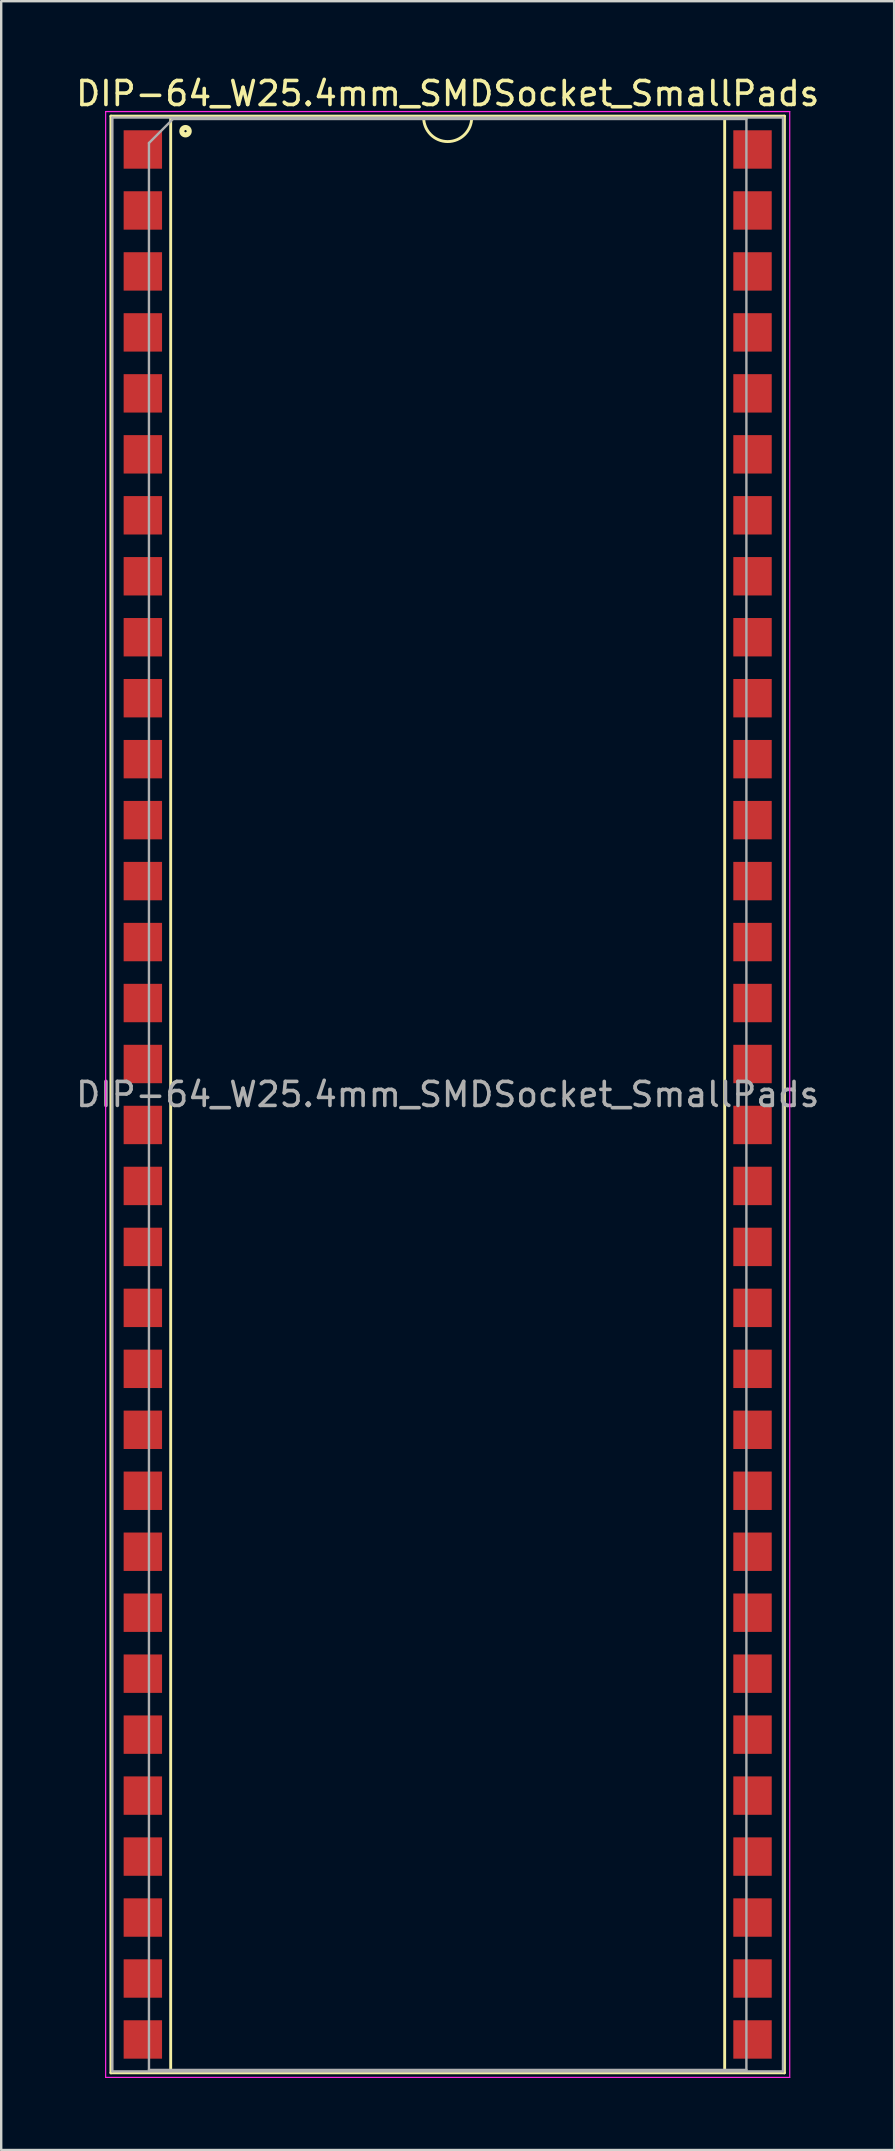
<source format=kicad_pcb>
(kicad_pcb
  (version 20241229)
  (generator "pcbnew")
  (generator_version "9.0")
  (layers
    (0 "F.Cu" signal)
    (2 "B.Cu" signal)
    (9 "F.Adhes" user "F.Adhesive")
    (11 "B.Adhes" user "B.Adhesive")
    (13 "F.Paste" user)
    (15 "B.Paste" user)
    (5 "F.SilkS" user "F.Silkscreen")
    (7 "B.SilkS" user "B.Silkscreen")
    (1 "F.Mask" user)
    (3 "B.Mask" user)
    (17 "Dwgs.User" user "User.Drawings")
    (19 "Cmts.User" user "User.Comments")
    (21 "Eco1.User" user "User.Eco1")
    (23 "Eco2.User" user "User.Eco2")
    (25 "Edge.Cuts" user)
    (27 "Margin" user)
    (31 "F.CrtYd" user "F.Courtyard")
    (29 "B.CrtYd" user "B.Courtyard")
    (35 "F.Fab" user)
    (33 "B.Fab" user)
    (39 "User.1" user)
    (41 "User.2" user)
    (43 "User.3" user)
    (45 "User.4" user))
  (footprint "DIP-64_W25.4mm_SMDSocket_SmallPads"
    (layer "F.Cu")
    (at 15.601 42.548)
    (property "Reference" "DIP-64_W25.4mm_SMDSocket_SmallPads" (at 0 -41.7 0) (layer "F.SilkS") (effects (font (size 1 1) (thickness 0.15))))
    (attr smd)
    (fp_line (start -14.03 -40.76) (end -14.03 40.76) (stroke (width 0.12) (type solid)) (layer "F.SilkS"))
    (fp_line (start -14.03 40.76) (end 14.03 40.76) (stroke (width 0.12) (type solid)) (layer "F.SilkS"))
    (fp_line (start -11.54 -40.7) (end -11.54 40.7) (stroke (width 0.12) (type solid)) (layer "F.SilkS"))
    (fp_line (start -11.54 40.7) (end 11.54 40.7) (stroke (width 0.12) (type solid)) (layer "F.SilkS"))
    (fp_line (start -1 -40.7) (end -11.54 -40.7) (stroke (width 0.12) (type solid)) (layer "F.SilkS"))
    (fp_line (start 11.54 -40.7) (end 1 -40.7) (stroke (width 0.12) (type solid)) (layer "F.SilkS"))
    (fp_line (start 11.54 40.7) (end 11.54 -40.7) (stroke (width 0.12) (type solid)) (layer "F.SilkS"))
    (fp_line (start 14.03 -40.76) (end -14.03 -40.76) (stroke (width 0.12) (type solid)) (layer "F.SilkS"))
    (fp_line (start 14.03 40.76) (end 14.03 -40.76) (stroke (width 0.12) (type solid)) (layer "F.SilkS"))
    (fp_arc (start 1 -40.7) (mid 0 -39.7) (end -1 -40.7) (stroke (width 0.12) (type solid)) (layer "F.SilkS"))
    (fp_circle (center -10.922 -40.132) (end -10.872 -40.132) (stroke (width 0.12) (type solid)) (fill no) (layer "F.SilkS"))
    (fp_circle (center -10.922 -40.132) (end -10.797 -40.132) (stroke (width 0.12) (type solid)) (fill no) (layer "F.SilkS"))
    (fp_circle (center -10.922 -40.132) (end -10.722 -40.132) (stroke (width 0.12) (type solid)) (fill no) (layer "F.SilkS"))
    (fp_line (start -14.25 -40.95) (end -14.25 40.95) (stroke (width 0.05) (type solid)) (layer "F.CrtYd"))
    (fp_line (start -14.25 40.95) (end 14.25 40.95) (stroke (width 0.05) (type solid)) (layer "F.CrtYd"))
    (fp_line (start 14.25 -40.95) (end -14.25 -40.95) (stroke (width 0.05) (type solid)) (layer "F.CrtYd"))
    (fp_line (start 14.25 40.95) (end 14.25 -40.95) (stroke (width 0.05) (type solid)) (layer "F.CrtYd"))
    (fp_line (start -13.97 -40.7) (end -13.97 40.7) (stroke (width 0.1) (type solid)) (layer "F.Fab"))
    (fp_line (start -13.97 40.7) (end 13.97 40.7) (stroke (width 0.1) (type solid)) (layer "F.Fab"))
    (fp_line (start -12.445 -39.64) (end -11.445 -40.64) (stroke (width 0.1) (type solid)) (layer "F.Fab"))
    (fp_line (start -12.445 40.64) (end -12.445 -39.64) (stroke (width 0.1) (type solid)) (layer "F.Fab"))
    (fp_line (start -11.445 -40.64) (end 12.445 -40.64) (stroke (width 0.1) (type solid)) (layer "F.Fab"))
    (fp_line (start 12.445 -40.64) (end 12.445 40.64) (stroke (width 0.1) (type solid)) (layer "F.Fab"))
    (fp_line (start 12.445 40.64) (end -12.445 40.64) (stroke (width 0.1) (type solid)) (layer "F.Fab"))
    (fp_line (start 13.97 -40.7) (end -13.97 -40.7) (stroke (width 0.1) (type solid)) (layer "F.Fab"))
    (fp_line (start 13.97 40.7) (end 13.97 -40.7) (stroke (width 0.1) (type solid)) (layer "F.Fab"))
    (fp_text user "${REFERENCE}" (at 0 0 0) (layer "F.Fab") (effects (font (size 1 1) (thickness 0.15))))
    (pad "1" smd rect (at -12.7 -39.37) (size 1.6 1.6) (layers "F.Cu" "F.Mask" "F.Paste"))
    (pad "2" smd rect (at -12.7 -36.83) (size 1.6 1.6) (layers "F.Cu" "F.Mask" "F.Paste"))
    (pad "3" smd rect (at -12.7 -34.29) (size 1.6 1.6) (layers "F.Cu" "F.Mask" "F.Paste"))
    (pad "4" smd rect (at -12.7 -31.75) (size 1.6 1.6) (layers "F.Cu" "F.Mask" "F.Paste"))
    (pad "5" smd rect (at -12.7 -29.21) (size 1.6 1.6) (layers "F.Cu" "F.Mask" "F.Paste"))
    (pad "6" smd rect (at -12.7 -26.67) (size 1.6 1.6) (layers "F.Cu" "F.Mask" "F.Paste"))
    (pad "7" smd rect (at -12.7 -24.13) (size 1.6 1.6) (layers "F.Cu" "F.Mask" "F.Paste"))
    (pad "8" smd rect (at -12.7 -21.59) (size 1.6 1.6) (layers "F.Cu" "F.Mask" "F.Paste"))
    (pad "9" smd rect (at -12.7 -19.05) (size 1.6 1.6) (layers "F.Cu" "F.Mask" "F.Paste"))
    (pad "10" smd rect (at -12.7 -16.51) (size 1.6 1.6) (layers "F.Cu" "F.Mask" "F.Paste"))
    (pad "11" smd rect (at -12.7 -13.97) (size 1.6 1.6) (layers "F.Cu" "F.Mask" "F.Paste"))
    (pad "12" smd rect (at -12.7 -11.43) (size 1.6 1.6) (layers "F.Cu" "F.Mask" "F.Paste"))
    (pad "13" smd rect (at -12.7 -8.89) (size 1.6 1.6) (layers "F.Cu" "F.Mask" "F.Paste"))
    (pad "14" smd rect (at -12.7 -6.35) (size 1.6 1.6) (layers "F.Cu" "F.Mask" "F.Paste"))
    (pad "15" smd rect (at -12.7 -3.81) (size 1.6 1.6) (layers "F.Cu" "F.Mask" "F.Paste"))
    (pad "16" smd rect (at -12.7 -1.27) (size 1.6 1.6) (layers "F.Cu" "F.Mask" "F.Paste"))
    (pad "17" smd rect (at -12.7 1.27) (size 1.6 1.6) (layers "F.Cu" "F.Mask" "F.Paste"))
    (pad "18" smd rect (at -12.7 3.81) (size 1.6 1.6) (layers "F.Cu" "F.Mask" "F.Paste"))
    (pad "19" smd rect (at -12.7 6.35) (size 1.6 1.6) (layers "F.Cu" "F.Mask" "F.Paste"))
    (pad "20" smd rect (at -12.7 8.89) (size 1.6 1.6) (layers "F.Cu" "F.Mask" "F.Paste"))
    (pad "21" smd rect (at -12.7 11.43) (size 1.6 1.6) (layers "F.Cu" "F.Mask" "F.Paste"))
    (pad "22" smd rect (at -12.7 13.97) (size 1.6 1.6) (layers "F.Cu" "F.Mask" "F.Paste"))
    (pad "23" smd rect (at -12.7 16.51) (size 1.6 1.6) (layers "F.Cu" "F.Mask" "F.Paste"))
    (pad "24" smd rect (at -12.7 19.05) (size 1.6 1.6) (layers "F.Cu" "F.Mask" "F.Paste"))
    (pad "25" smd rect (at -12.7 21.59) (size 1.6 1.6) (layers "F.Cu" "F.Mask" "F.Paste"))
    (pad "26" smd rect (at -12.7 24.13) (size 1.6 1.6) (layers "F.Cu" "F.Mask" "F.Paste"))
    (pad "27" smd rect (at -12.7 26.67) (size 1.6 1.6) (layers "F.Cu" "F.Mask" "F.Paste"))
    (pad "28" smd rect (at -12.7 29.21) (size 1.6 1.6) (layers "F.Cu" "F.Mask" "F.Paste"))
    (pad "29" smd rect (at -12.7 31.75) (size 1.6 1.6) (layers "F.Cu" "F.Mask" "F.Paste"))
    (pad "30" smd rect (at -12.7 34.29) (size 1.6 1.6) (layers "F.Cu" "F.Mask" "F.Paste"))
    (pad "31" smd rect (at -12.7 36.83) (size 1.6 1.6) (layers "F.Cu" "F.Mask" "F.Paste"))
    (pad "32" smd rect (at -12.7 39.37) (size 1.6 1.6) (layers "F.Cu" "F.Mask" "F.Paste"))
    (pad "33" smd rect (at 12.7 39.37) (size 1.6 1.6) (layers "F.Cu" "F.Mask" "F.Paste"))
    (pad "34" smd rect (at 12.7 36.83) (size 1.6 1.6) (layers "F.Cu" "F.Mask" "F.Paste"))
    (pad "35" smd rect (at 12.7 34.29) (size 1.6 1.6) (layers "F.Cu" "F.Mask" "F.Paste"))
    (pad "36" smd rect (at 12.7 31.75) (size 1.6 1.6) (layers "F.Cu" "F.Mask" "F.Paste"))
    (pad "37" smd rect (at 12.7 29.21) (size 1.6 1.6) (layers "F.Cu" "F.Mask" "F.Paste"))
    (pad "38" smd rect (at 12.7 26.67) (size 1.6 1.6) (layers "F.Cu" "F.Mask" "F.Paste"))
    (pad "39" smd rect (at 12.7 24.13) (size 1.6 1.6) (layers "F.Cu" "F.Mask" "F.Paste"))
    (pad "40" smd rect (at 12.7 21.59) (size 1.6 1.6) (layers "F.Cu" "F.Mask" "F.Paste"))
    (pad "41" smd rect (at 12.7 19.05) (size 1.6 1.6) (layers "F.Cu" "F.Mask" "F.Paste"))
    (pad "42" smd rect (at 12.7 16.51) (size 1.6 1.6) (layers "F.Cu" "F.Mask" "F.Paste"))
    (pad "43" smd rect (at 12.7 13.97) (size 1.6 1.6) (layers "F.Cu" "F.Mask" "F.Paste"))
    (pad "44" smd rect (at 12.7 11.43) (size 1.6 1.6) (layers "F.Cu" "F.Mask" "F.Paste"))
    (pad "45" smd rect (at 12.7 8.89) (size 1.6 1.6) (layers "F.Cu" "F.Mask" "F.Paste"))
    (pad "46" smd rect (at 12.7 6.35) (size 1.6 1.6) (layers "F.Cu" "F.Mask" "F.Paste"))
    (pad "47" smd rect (at 12.7 3.81) (size 1.6 1.6) (layers "F.Cu" "F.Mask" "F.Paste"))
    (pad "48" smd rect (at 12.7 1.27) (size 1.6 1.6) (layers "F.Cu" "F.Mask" "F.Paste"))
    (pad "49" smd rect (at 12.7 -1.27) (size 1.6 1.6) (layers "F.Cu" "F.Mask" "F.Paste"))
    (pad "50" smd rect (at 12.7 -3.81) (size 1.6 1.6) (layers "F.Cu" "F.Mask" "F.Paste"))
    (pad "51" smd rect (at 12.7 -6.35) (size 1.6 1.6) (layers "F.Cu" "F.Mask" "F.Paste"))
    (pad "52" smd rect (at 12.7 -8.89) (size 1.6 1.6) (layers "F.Cu" "F.Mask" "F.Paste"))
    (pad "53" smd rect (at 12.7 -11.43) (size 1.6 1.6) (layers "F.Cu" "F.Mask" "F.Paste"))
    (pad "54" smd rect (at 12.7 -13.97) (size 1.6 1.6) (layers "F.Cu" "F.Mask" "F.Paste"))
    (pad "55" smd rect (at 12.7 -16.51) (size 1.6 1.6) (layers "F.Cu" "F.Mask" "F.Paste"))
    (pad "56" smd rect (at 12.7 -19.05) (size 1.6 1.6) (layers "F.Cu" "F.Mask" "F.Paste"))
    (pad "57" smd rect (at 12.7 -21.59) (size 1.6 1.6) (layers "F.Cu" "F.Mask" "F.Paste"))
    (pad "58" smd rect (at 12.7 -24.13) (size 1.6 1.6) (layers "F.Cu" "F.Mask" "F.Paste"))
    (pad "59" smd rect (at 12.7 -26.67) (size 1.6 1.6) (layers "F.Cu" "F.Mask" "F.Paste"))
    (pad "60" smd rect (at 12.7 -29.21) (size 1.6 1.6) (layers "F.Cu" "F.Mask" "F.Paste"))
    (pad "61" smd rect (at 12.7 -31.75) (size 1.6 1.6) (layers "F.Cu" "F.Mask" "F.Paste"))
    (pad "62" smd rect (at 12.7 -34.29) (size 1.6 1.6) (layers "F.Cu" "F.Mask" "F.Paste"))
    (pad "63" smd rect (at 12.7 -36.83) (size 1.6 1.6) (layers "F.Cu" "F.Mask" "F.Paste"))
    (pad "64" smd rect (at 12.7 -39.37) (size 1.6 1.6) (layers "F.Cu" "F.Mask" "F.Paste")))
  (gr_rect
    (start -3 -3)
    (end 34.202 86.523)
    (stroke (width 0.1) (type default))
    (fill no)
    (layer "Edge.Cuts")))
</source>
